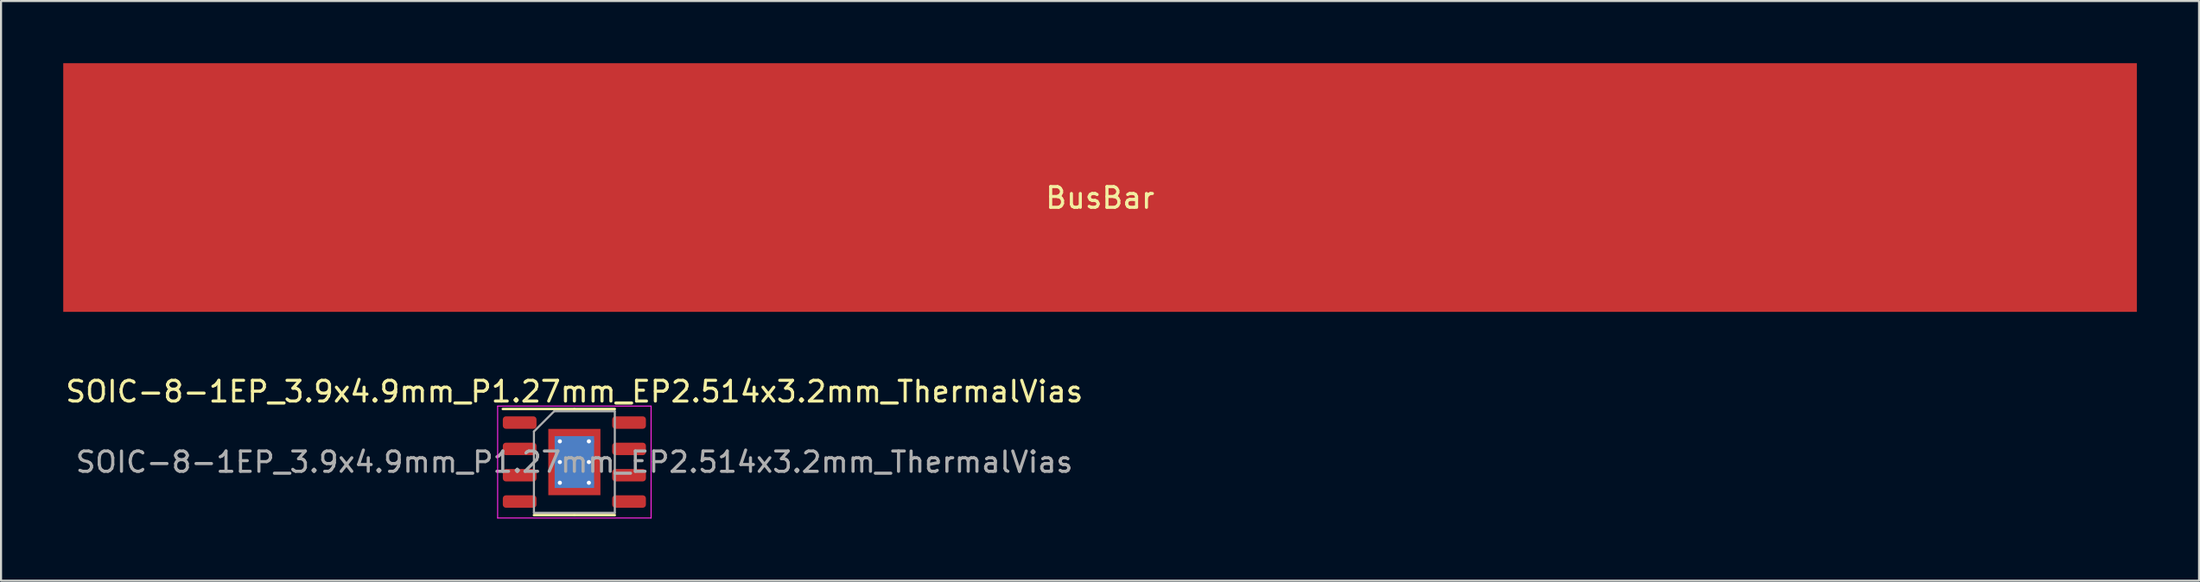
<source format=kicad_pcb>
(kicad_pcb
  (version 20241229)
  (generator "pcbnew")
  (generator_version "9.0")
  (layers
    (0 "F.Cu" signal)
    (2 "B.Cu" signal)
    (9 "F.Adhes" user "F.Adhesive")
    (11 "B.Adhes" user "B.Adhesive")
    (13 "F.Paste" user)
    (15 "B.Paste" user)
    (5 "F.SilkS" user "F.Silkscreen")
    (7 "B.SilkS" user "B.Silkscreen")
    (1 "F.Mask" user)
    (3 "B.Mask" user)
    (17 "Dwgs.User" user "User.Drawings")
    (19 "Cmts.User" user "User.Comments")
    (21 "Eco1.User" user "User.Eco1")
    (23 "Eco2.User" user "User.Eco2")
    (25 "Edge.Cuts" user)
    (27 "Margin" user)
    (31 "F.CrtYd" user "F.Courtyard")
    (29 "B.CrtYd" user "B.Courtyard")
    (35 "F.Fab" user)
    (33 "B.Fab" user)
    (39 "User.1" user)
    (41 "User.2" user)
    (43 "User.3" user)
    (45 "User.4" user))
  (footprint "SOIC-8-1EP_3.9x4.9mm_P1.27mm_EP2.514x3.2mm_ThermalVias"
    (layer "F.Cu")
    (at 24.649 19.248)
    (property "Reference" "SOIC-8-1EP_3.9x4.9mm_P1.27mm_EP2.514x3.2mm_ThermalVias" (at 0 -3.4 0) (layer "F.SilkS") (effects (font (size 1 1) (thickness 0.15))))
    (attr smd)
    (fp_poly (pts (xy 1.27 1.778) (xy -1.27 1.778) (xy -1.27 -1.778) (xy 1.27 -1.778)) (stroke (width 0.1) (type solid)) (fill yes) (layer "B.Mask"))
    (fp_line (start 0 -2.56) (end -3.45 -2.56) (stroke (width 0.12) (type solid)) (layer "F.SilkS"))
    (fp_line (start 0 -2.56) (end 1.95 -2.56) (stroke (width 0.12) (type solid)) (layer "F.SilkS"))
    (fp_line (start 0 2.56) (end -1.95 2.56) (stroke (width 0.12) (type solid)) (layer "F.SilkS"))
    (fp_line (start 0 2.56) (end 1.95 2.56) (stroke (width 0.12) (type solid)) (layer "F.SilkS"))
    (fp_line (start -3.7 -2.7) (end -3.7 2.7) (stroke (width 0.05) (type solid)) (layer "F.CrtYd"))
    (fp_line (start -3.7 2.7) (end 3.7 2.7) (stroke (width 0.05) (type solid)) (layer "F.CrtYd"))
    (fp_line (start 3.7 -2.7) (end -3.7 -2.7) (stroke (width 0.05) (type solid)) (layer "F.CrtYd"))
    (fp_line (start 3.7 2.7) (end 3.7 -2.7) (stroke (width 0.05) (type solid)) (layer "F.CrtYd"))
    (fp_line (start -1.95 -1.475) (end -0.975 -2.45) (stroke (width 0.1) (type solid)) (layer "F.Fab"))
    (fp_line (start -1.95 2.45) (end -1.95 -1.475) (stroke (width 0.1) (type solid)) (layer "F.Fab"))
    (fp_line (start -0.975 -2.45) (end 1.95 -2.45) (stroke (width 0.1) (type solid)) (layer "F.Fab"))
    (fp_line (start 1.95 -2.45) (end 1.95 2.45) (stroke (width 0.1) (type solid)) (layer "F.Fab"))
    (fp_line (start 1.95 2.45) (end -1.95 2.45) (stroke (width 0.1) (type solid)) (layer "F.Fab"))
    (fp_text user "${REFERENCE}" (at 0 0 0) (layer "F.Fab") (effects (font (size 0.98 0.98) (thickness 0.15))))
    (pad "" smd roundrect (at -0.63 -0.8) (size 1.05 1.34) (layers "F.Paste") (roundrect_rratio 0.238))
    (pad "" smd roundrect (at -0.63 0.8) (size 1.05 1.34) (layers "F.Paste") (roundrect_rratio 0.238))
    (pad "" smd roundrect (at 0.63 -0.8) (size 1.05 1.34) (layers "F.Paste") (roundrect_rratio 0.238))
    (pad "" smd roundrect (at 0.63 0.8) (size 1.05 1.34) (layers "F.Paste") (roundrect_rratio 0.238))
    (pad "1" smd roundrect (at -2.638 -1.905) (size 1.625 0.6) (layers "F.Cu" "F.Mask" "F.Paste") (roundrect_rratio 0.25))
    (pad "2" smd roundrect (at -2.638 -0.635) (size 1.625 0.6) (layers "F.Cu" "F.Mask" "F.Paste") (roundrect_rratio 0.25))
    (pad "3" smd roundrect (at -2.638 0.635) (size 1.625 0.6) (layers "F.Cu" "F.Mask" "F.Paste") (roundrect_rratio 0.25))
    (pad "4" smd roundrect (at -2.638 1.905) (size 1.625 0.6) (layers "F.Cu" "F.Mask" "F.Paste") (roundrect_rratio 0.25))
    (pad "5" smd roundrect (at 2.638 1.905) (size 1.625 0.6) (layers "F.Cu" "F.Mask" "F.Paste") (roundrect_rratio 0.25))
    (pad "6" smd roundrect (at 2.638 0.635) (size 1.625 0.6) (layers "F.Cu" "F.Mask" "F.Paste") (roundrect_rratio 0.25))
    (pad "7" smd roundrect (at 2.638 -0.635) (size 1.625 0.6) (layers "F.Cu" "F.Mask" "F.Paste") (roundrect_rratio 0.25))
    (pad "8" smd roundrect (at 2.638 -1.905) (size 1.625 0.6) (layers "F.Cu" "F.Mask" "F.Paste") (roundrect_rratio 0.25))
    (pad "9" thru_hole circle (at -0.7 -1) (size 0.5 0.5) (drill 0.2) (layers "*.Cu"))
    (pad "9" thru_hole circle (at -0.7 0) (size 0.5 0.5) (drill 0.2) (layers "*.Cu"))
    (pad "9" thru_hole circle (at -0.7 1) (size 0.5 0.5) (drill 0.2) (layers "*.Cu"))
    (pad "9" smd rect (at 0 0) (size 1.9 2.5) (layers "B.Cu"))
    (pad "9" smd rect (at 0 0) (size 2.514 3.2) (layers "F.Cu" "F.Mask"))
    (pad "9" thru_hole circle (at 0.7 -1) (size 0.5 0.5) (drill 0.2) (layers "*.Cu"))
    (pad "9" thru_hole circle (at 0.7 0) (size 0.5 0.5) (drill 0.2) (layers "*.Cu"))
    (pad "9" thru_hole circle (at 0.7 1) (size 0.5 0.5) (drill 0.2) (layers "*.Cu")))
  (footprint "BusBar"
    (layer "F.Cu")
    (at 50 6)
    (property "Reference" "BusBar" (at 0 0.5 0) (layer "F.SilkS") (effects (font (size 1 1) (thickness 0.15))))
    (attr through_hole)
    (pad "1" smd rect (at 0 0) (size 100 12) (layers "F.Cu" "F.Mask" "F.Paste")))
  (gr_rect
    (start -3 -3)
    (end 103 24.973)
    (stroke (width 0.1) (type default))
    (fill no)
    (layer "Edge.Cuts")))
</source>
